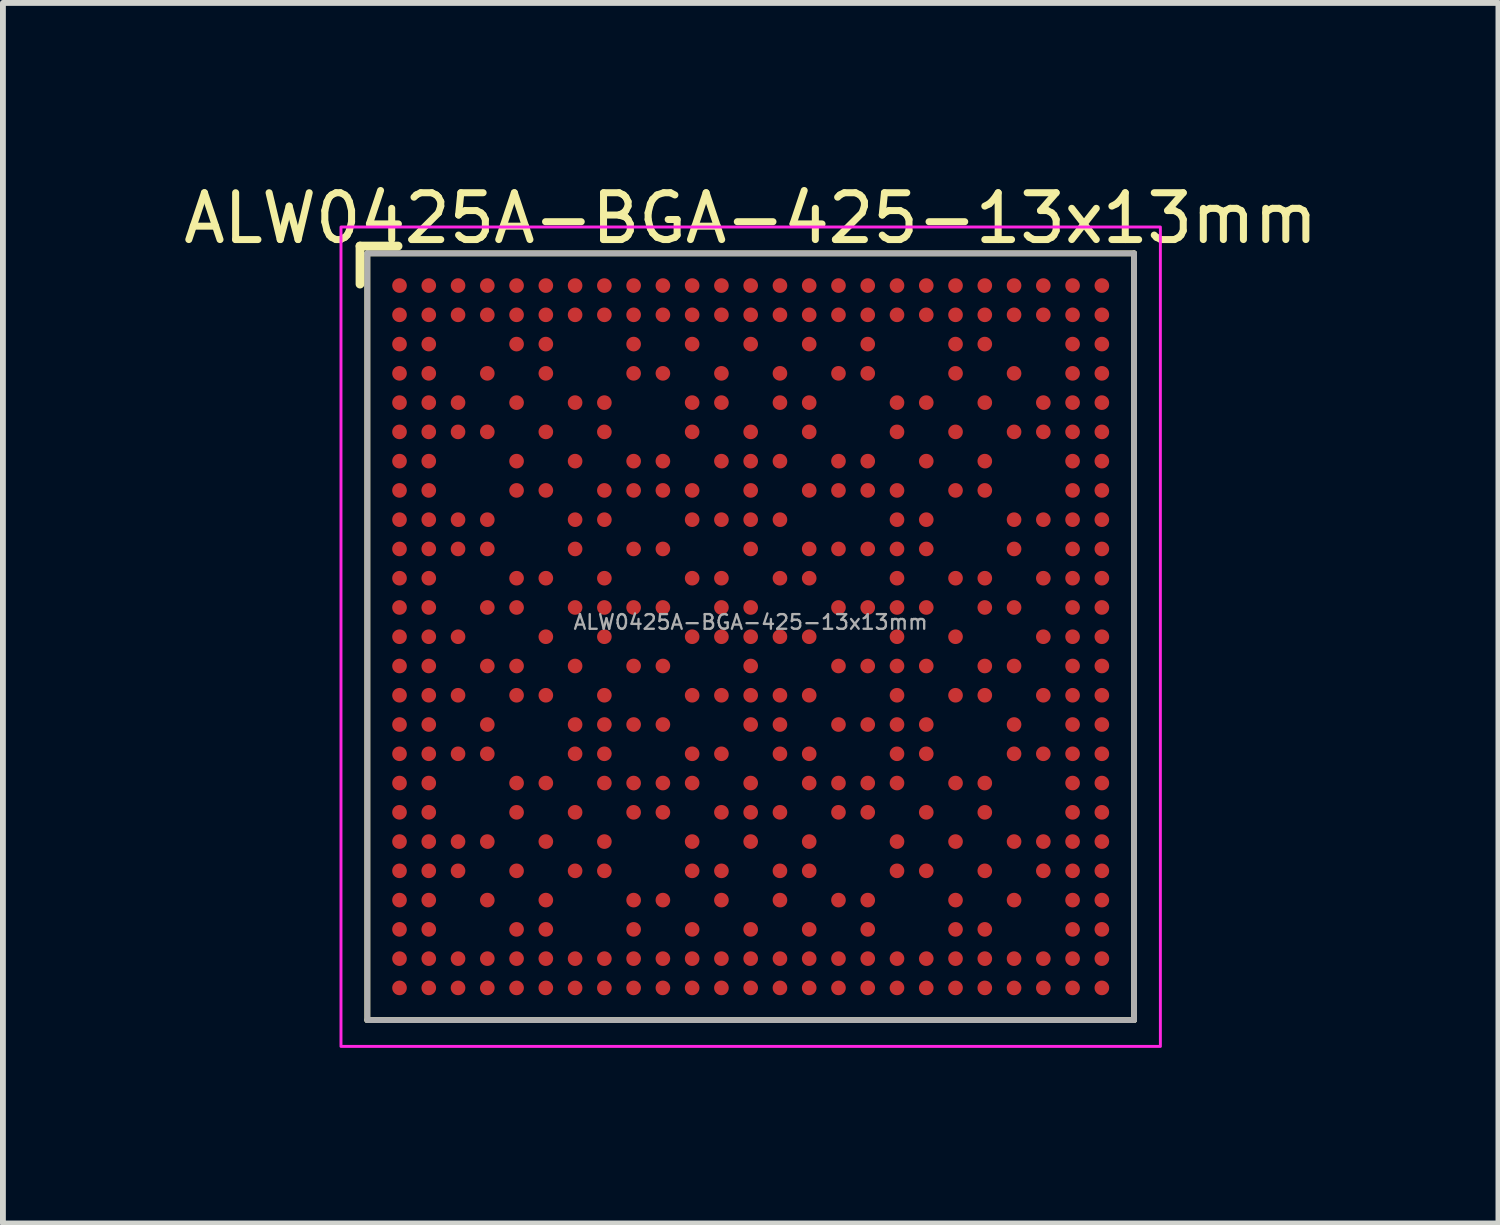
<source format=kicad_pcb>
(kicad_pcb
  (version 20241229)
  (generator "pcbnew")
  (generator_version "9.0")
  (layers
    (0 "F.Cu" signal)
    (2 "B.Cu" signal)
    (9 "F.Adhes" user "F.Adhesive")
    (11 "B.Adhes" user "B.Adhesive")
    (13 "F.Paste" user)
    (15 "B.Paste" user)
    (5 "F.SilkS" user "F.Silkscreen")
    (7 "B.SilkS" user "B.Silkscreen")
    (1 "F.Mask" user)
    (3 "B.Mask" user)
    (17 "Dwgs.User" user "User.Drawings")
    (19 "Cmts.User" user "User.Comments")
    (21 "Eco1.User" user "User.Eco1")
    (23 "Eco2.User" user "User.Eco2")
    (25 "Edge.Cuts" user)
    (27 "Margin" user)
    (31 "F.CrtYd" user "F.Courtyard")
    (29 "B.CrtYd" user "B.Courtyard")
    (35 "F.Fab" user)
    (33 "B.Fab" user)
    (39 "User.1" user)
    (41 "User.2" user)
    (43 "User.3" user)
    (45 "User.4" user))
  (footprint "ALW0425A-BGA-425-13x13mm"
    (layer "F.Cu")
    (at 9.776 7.829)
    (property "Reference" "ALW0425A-BGA-425-13x13mm" (at 0 -7.15 0) (unlocked yes) (layer "F.SilkS") (effects (font (size 0.8 0.8) (thickness 0.12))))
    (attr smd)
    (fp_line (start -6.675 -6.675) (end -6.025 -6.675) (stroke (width 0.15) (type solid)) (layer "F.SilkS"))
    (fp_line (start -6.675 -6.025) (end -6.675 -6.675) (stroke (width 0.15) (type solid)) (layer "F.SilkS"))
    (fp_line (start -6.55 -6.55) (end 6.55 -6.55) (stroke (width 0.1) (type solid)) (layer "F.SilkS"))
    (fp_line (start -6.55 6.55) (end -6.55 -6.55) (stroke (width 0.1) (type solid)) (layer "F.SilkS"))
    (fp_line (start -6.55 6.55) (end 6.55 6.55) (stroke (width 0.1) (type solid)) (layer "F.SilkS"))
    (fp_line (start 6.55 6.55) (end 6.55 -6.55) (stroke (width 0.1) (type solid)) (layer "F.SilkS"))
    (fp_rect (start -7 -7) (end 7 7) (stroke (width 0.05) (type default)) (fill no) (layer "F.CrtYd"))
    (fp_line (start -6.55 -6.55) (end 6.55 -6.55) (stroke (width 0.1) (type solid)) (layer "F.Fab"))
    (fp_line (start -6.55 6.55) (end -6.55 -6.55) (stroke (width 0.1) (type solid)) (layer "F.Fab"))
    (fp_line (start -6.55 6.55) (end 6.55 6.55) (stroke (width 0.1) (type solid)) (layer "F.Fab"))
    (fp_line (start 6.55 6.55) (end 6.55 -6.55) (stroke (width 0.1) (type solid)) (layer "F.Fab"))
    (fp_text user "${REFERENCE}" (at 0 -0.25 0) (unlocked yes) (layer "F.Fab") (effects (font (size 0.25 0.25) (thickness 0.04))))
    (pad "A1" smd circle (at -6 -6) (size 0.25 0.25) (layers "F.Cu" "F.Mask" "F.Paste"))
    (pad "A2" smd circle (at -5.5 -6) (size 0.25 0.25) (layers "F.Cu" "F.Mask" "F.Paste"))
    (pad "A3" smd circle (at -5 -6) (size 0.25 0.25) (layers "F.Cu" "F.Mask" "F.Paste"))
    (pad "A4" smd circle (at -4.5 -6) (size 0.25 0.25) (layers "F.Cu" "F.Mask" "F.Paste"))
    (pad "A5" smd circle (at -4 -6) (size 0.25 0.25) (layers "F.Cu" "F.Mask" "F.Paste"))
    (pad "A6" smd circle (at -3.5 -6) (size 0.25 0.25) (layers "F.Cu" "F.Mask" "F.Paste"))
    (pad "A7" smd circle (at -3 -6) (size 0.25 0.25) (layers "F.Cu" "F.Mask" "F.Paste"))
    (pad "A8" smd circle (at -2.5 -6) (size 0.25 0.25) (layers "F.Cu" "F.Mask" "F.Paste"))
    (pad "A9" smd circle (at -2 -6) (size 0.25 0.25) (layers "F.Cu" "F.Mask" "F.Paste"))
    (pad "A10" smd circle (at -1.5 -6) (size 0.25 0.25) (layers "F.Cu" "F.Mask" "F.Paste"))
    (pad "A11" smd circle (at -1 -6) (size 0.25 0.25) (layers "F.Cu" "F.Mask" "F.Paste"))
    (pad "A12" smd circle (at -0.5 -6) (size 0.25 0.25) (layers "F.Cu" "F.Mask" "F.Paste"))
    (pad "A13" smd circle (at 0 -6) (size 0.25 0.25) (layers "F.Cu" "F.Mask" "F.Paste"))
    (pad "A14" smd circle (at 0.5 -6) (size 0.25 0.25) (layers "F.Cu" "F.Mask" "F.Paste"))
    (pad "A15" smd circle (at 1 -6) (size 0.25 0.25) (layers "F.Cu" "F.Mask" "F.Paste"))
    (pad "A16" smd circle (at 1.5 -6) (size 0.25 0.25) (layers "F.Cu" "F.Mask" "F.Paste"))
    (pad "A17" smd circle (at 2 -6) (size 0.25 0.25) (layers "F.Cu" "F.Mask" "F.Paste"))
    (pad "A18" smd circle (at 2.5 -6) (size 0.25 0.25) (layers "F.Cu" "F.Mask" "F.Paste"))
    (pad "A19" smd circle (at 3 -6) (size 0.25 0.25) (layers "F.Cu" "F.Mask" "F.Paste"))
    (pad "A20" smd circle (at 3.5 -6) (size 0.25 0.25) (layers "F.Cu" "F.Mask" "F.Paste"))
    (pad "A21" smd circle (at 4 -6) (size 0.25 0.25) (layers "F.Cu" "F.Mask" "F.Paste"))
    (pad "A22" smd circle (at 4.5 -6) (size 0.25 0.25) (layers "F.Cu" "F.Mask" "F.Paste"))
    (pad "A23" smd circle (at 5 -6) (size 0.25 0.25) (layers "F.Cu" "F.Mask" "F.Paste"))
    (pad "A24" smd circle (at 5.5 -6) (size 0.25 0.25) (layers "F.Cu" "F.Mask" "F.Paste"))
    (pad "A25" smd circle (at 6 -6) (size 0.25 0.25) (layers "F.Cu" "F.Mask" "F.Paste"))
    (pad "AA1" smd circle (at -6 4) (size 0.25 0.25) (layers "F.Cu" "F.Mask" "F.Paste"))
    (pad "AA2" smd circle (at -5.5 4) (size 0.25 0.25) (layers "F.Cu" "F.Mask" "F.Paste"))
    (pad "AA3" smd circle (at -5 4) (size 0.25 0.25) (layers "F.Cu" "F.Mask" "F.Paste"))
    (pad "AA5" smd circle (at -4 4) (size 0.25 0.25) (layers "F.Cu" "F.Mask" "F.Paste"))
    (pad "AA7" smd circle (at -3 4) (size 0.25 0.25) (layers "F.Cu" "F.Mask" "F.Paste"))
    (pad "AA8" smd circle (at -2.5 4) (size 0.25 0.25) (layers "F.Cu" "F.Mask" "F.Paste"))
    (pad "AA11" smd circle (at -1 4) (size 0.25 0.25) (layers "F.Cu" "F.Mask" "F.Paste"))
    (pad "AA12" smd circle (at -0.5 4) (size 0.25 0.25) (layers "F.Cu" "F.Mask" "F.Paste"))
    (pad "AA14" smd circle (at 0.5 4) (size 0.25 0.25) (layers "F.Cu" "F.Mask" "F.Paste"))
    (pad "AA15" smd circle (at 1 4) (size 0.25 0.25) (layers "F.Cu" "F.Mask" "F.Paste"))
    (pad "AA18" smd circle (at 2.5 4) (size 0.25 0.25) (layers "F.Cu" "F.Mask" "F.Paste"))
    (pad "AA19" smd circle (at 3 4) (size 0.25 0.25) (layers "F.Cu" "F.Mask" "F.Paste"))
    (pad "AA21" smd circle (at 4 4) (size 0.25 0.25) (layers "F.Cu" "F.Mask" "F.Paste"))
    (pad "AA23" smd circle (at 5 4) (size 0.25 0.25) (layers "F.Cu" "F.Mask" "F.Paste"))
    (pad "AA24" smd circle (at 5.5 4) (size 0.25 0.25) (layers "F.Cu" "F.Mask" "F.Paste"))
    (pad "AA25" smd circle (at 6 4) (size 0.25 0.25) (layers "F.Cu" "F.Mask" "F.Paste"))
    (pad "AB1" smd circle (at -6 4.5) (size 0.25 0.25) (layers "F.Cu" "F.Mask" "F.Paste"))
    (pad "AB2" smd circle (at -5.5 4.5) (size 0.25 0.25) (layers "F.Cu" "F.Mask" "F.Paste"))
    (pad "AB4" smd circle (at -4.5 4.5) (size 0.25 0.25) (layers "F.Cu" "F.Mask" "F.Paste"))
    (pad "AB6" smd circle (at -3.5 4.5) (size 0.25 0.25) (layers "F.Cu" "F.Mask" "F.Paste"))
    (pad "AB9" smd circle (at -2 4.5) (size 0.25 0.25) (layers "F.Cu" "F.Mask" "F.Paste"))
    (pad "AB10" smd circle (at -1.5 4.5) (size 0.25 0.25) (layers "F.Cu" "F.Mask" "F.Paste"))
    (pad "AB12" smd circle (at -0.5 4.5) (size 0.25 0.25) (layers "F.Cu" "F.Mask" "F.Paste"))
    (pad "AB14" smd circle (at 0.5 4.5) (size 0.25 0.25) (layers "F.Cu" "F.Mask" "F.Paste"))
    (pad "AB16" smd circle (at 1.5 4.5) (size 0.25 0.25) (layers "F.Cu" "F.Mask" "F.Paste"))
    (pad "AB17" smd circle (at 2 4.5) (size 0.25 0.25) (layers "F.Cu" "F.Mask" "F.Paste"))
    (pad "AB20" smd circle (at 3.5 4.5) (size 0.25 0.25) (layers "F.Cu" "F.Mask" "F.Paste"))
    (pad "AB22" smd circle (at 4.5 4.5) (size 0.25 0.25) (layers "F.Cu" "F.Mask" "F.Paste"))
    (pad "AB24" smd circle (at 5.5 4.5) (size 0.25 0.25) (layers "F.Cu" "F.Mask" "F.Paste"))
    (pad "AB25" smd circle (at 6 4.5) (size 0.25 0.25) (layers "F.Cu" "F.Mask" "F.Paste"))
    (pad "AC1" smd circle (at -6 5) (size 0.25 0.25) (layers "F.Cu" "F.Mask" "F.Paste"))
    (pad "AC2" smd circle (at -5.5 5) (size 0.25 0.25) (layers "F.Cu" "F.Mask" "F.Paste"))
    (pad "AC5" smd circle (at -4 5) (size 0.25 0.25) (layers "F.Cu" "F.Mask" "F.Paste"))
    (pad "AC6" smd circle (at -3.5 5) (size 0.25 0.25) (layers "F.Cu" "F.Mask" "F.Paste"))
    (pad "AC9" smd circle (at -2 5) (size 0.25 0.25) (layers "F.Cu" "F.Mask" "F.Paste"))
    (pad "AC11" smd circle (at -1 5) (size 0.25 0.25) (layers "F.Cu" "F.Mask" "F.Paste"))
    (pad "AC13" smd circle (at 0 5) (size 0.25 0.25) (layers "F.Cu" "F.Mask" "F.Paste"))
    (pad "AC15" smd circle (at 1 5) (size 0.25 0.25) (layers "F.Cu" "F.Mask" "F.Paste"))
    (pad "AC17" smd circle (at 2 5) (size 0.25 0.25) (layers "F.Cu" "F.Mask" "F.Paste"))
    (pad "AC20" smd circle (at 3.5 5) (size 0.25 0.25) (layers "F.Cu" "F.Mask" "F.Paste"))
    (pad "AC21" smd circle (at 4 5) (size 0.25 0.25) (layers "F.Cu" "F.Mask" "F.Paste"))
    (pad "AC24" smd circle (at 5.5 5) (size 0.25 0.25) (layers "F.Cu" "F.Mask" "F.Paste"))
    (pad "AC25" smd circle (at 6 5) (size 0.25 0.25) (layers "F.Cu" "F.Mask" "F.Paste"))
    (pad "AD1" smd circle (at -6 5.5) (size 0.25 0.25) (layers "F.Cu" "F.Mask" "F.Paste"))
    (pad "AD2" smd circle (at -5.5 5.5) (size 0.25 0.25) (layers "F.Cu" "F.Mask" "F.Paste"))
    (pad "AD3" smd circle (at -5 5.5) (size 0.25 0.25) (layers "F.Cu" "F.Mask" "F.Paste"))
    (pad "AD4" smd circle (at -4.5 5.5) (size 0.25 0.25) (layers "F.Cu" "F.Mask" "F.Paste"))
    (pad "AD5" smd circle (at -4 5.5) (size 0.25 0.25) (layers "F.Cu" "F.Mask" "F.Paste"))
    (pad "AD6" smd circle (at -3.5 5.5) (size 0.25 0.25) (layers "F.Cu" "F.Mask" "F.Paste"))
    (pad "AD7" smd circle (at -3 5.5) (size 0.25 0.25) (layers "F.Cu" "F.Mask" "F.Paste"))
    (pad "AD8" smd circle (at -2.5 5.5) (size 0.25 0.25) (layers "F.Cu" "F.Mask" "F.Paste"))
    (pad "AD9" smd circle (at -2 5.5) (size 0.25 0.25) (layers "F.Cu" "F.Mask" "F.Paste"))
    (pad "AD10" smd circle (at -1.5 5.5) (size 0.25 0.25) (layers "F.Cu" "F.Mask" "F.Paste"))
    (pad "AD11" smd circle (at -1 5.5) (size 0.25 0.25) (layers "F.Cu" "F.Mask" "F.Paste"))
    (pad "AD12" smd circle (at -0.5 5.5) (size 0.25 0.25) (layers "F.Cu" "F.Mask" "F.Paste"))
    (pad "AD13" smd circle (at 0 5.5) (size 0.25 0.25) (layers "F.Cu" "F.Mask" "F.Paste"))
    (pad "AD14" smd circle (at 0.5 5.5) (size 0.25 0.25) (layers "F.Cu" "F.Mask" "F.Paste"))
    (pad "AD15" smd circle (at 1 5.5) (size 0.25 0.25) (layers "F.Cu" "F.Mask" "F.Paste"))
    (pad "AD16" smd circle (at 1.5 5.5) (size 0.25 0.25) (layers "F.Cu" "F.Mask" "F.Paste"))
    (pad "AD17" smd circle (at 2 5.5) (size 0.25 0.25) (layers "F.Cu" "F.Mask" "F.Paste"))
    (pad "AD18" smd circle (at 2.5 5.5) (size 0.25 0.25) (layers "F.Cu" "F.Mask" "F.Paste"))
    (pad "AD19" smd circle (at 3 5.5) (size 0.25 0.25) (layers "F.Cu" "F.Mask" "F.Paste"))
    (pad "AD20" smd circle (at 3.5 5.5) (size 0.25 0.25) (layers "F.Cu" "F.Mask" "F.Paste"))
    (pad "AD21" smd circle (at 4 5.5) (size 0.25 0.25) (layers "F.Cu" "F.Mask" "F.Paste"))
    (pad "AD22" smd circle (at 4.5 5.5) (size 0.25 0.25) (layers "F.Cu" "F.Mask" "F.Paste"))
    (pad "AD23" smd circle (at 5 5.5) (size 0.25 0.25) (layers "F.Cu" "F.Mask" "F.Paste"))
    (pad "AD24" smd circle (at 5.5 5.5) (size 0.25 0.25) (layers "F.Cu" "F.Mask" "F.Paste"))
    (pad "AD25" smd circle (at 6 5.5) (size 0.25 0.25) (layers "F.Cu" "F.Mask" "F.Paste"))
    (pad "AE1" smd circle (at -6 6) (size 0.25 0.25) (layers "F.Cu" "F.Mask" "F.Paste"))
    (pad "AE2" smd circle (at -5.5 6) (size 0.25 0.25) (layers "F.Cu" "F.Mask" "F.Paste"))
    (pad "AE3" smd circle (at -5 6) (size 0.25 0.25) (layers "F.Cu" "F.Mask" "F.Paste"))
    (pad "AE4" smd circle (at -4.5 6) (size 0.25 0.25) (layers "F.Cu" "F.Mask" "F.Paste"))
    (pad "AE5" smd circle (at -4 6) (size 0.25 0.25) (layers "F.Cu" "F.Mask" "F.Paste"))
    (pad "AE6" smd circle (at -3.5 6) (size 0.25 0.25) (layers "F.Cu" "F.Mask" "F.Paste"))
    (pad "AE7" smd circle (at -3 6) (size 0.25 0.25) (layers "F.Cu" "F.Mask" "F.Paste"))
    (pad "AE8" smd circle (at -2.5 6) (size 0.25 0.25) (layers "F.Cu" "F.Mask" "F.Paste"))
    (pad "AE9" smd circle (at -2 6) (size 0.25 0.25) (layers "F.Cu" "F.Mask" "F.Paste"))
    (pad "AE10" smd circle (at -1.5 6) (size 0.25 0.25) (layers "F.Cu" "F.Mask" "F.Paste"))
    (pad "AE11" smd circle (at -1 6) (size 0.25 0.25) (layers "F.Cu" "F.Mask" "F.Paste"))
    (pad "AE12" smd circle (at -0.5 6) (size 0.25 0.25) (layers "F.Cu" "F.Mask" "F.Paste"))
    (pad "AE13" smd circle (at 0 6) (size 0.25 0.25) (layers "F.Cu" "F.Mask" "F.Paste"))
    (pad "AE14" smd circle (at 0.5 6) (size 0.25 0.25) (layers "F.Cu" "F.Mask" "F.Paste"))
    (pad "AE15" smd circle (at 1 6) (size 0.25 0.25) (layers "F.Cu" "F.Mask" "F.Paste"))
    (pad "AE16" smd circle (at 1.5 6) (size 0.25 0.25) (layers "F.Cu" "F.Mask" "F.Paste"))
    (pad "AE17" smd circle (at 2 6) (size 0.25 0.25) (layers "F.Cu" "F.Mask" "F.Paste"))
    (pad "AE18" smd circle (at 2.5 6) (size 0.25 0.25) (layers "F.Cu" "F.Mask" "F.Paste"))
    (pad "AE19" smd circle (at 3 6) (size 0.25 0.25) (layers "F.Cu" "F.Mask" "F.Paste"))
    (pad "AE20" smd circle (at 3.5 6) (size 0.25 0.25) (layers "F.Cu" "F.Mask" "F.Paste"))
    (pad "AE21" smd circle (at 4 6) (size 0.25 0.25) (layers "F.Cu" "F.Mask" "F.Paste"))
    (pad "AE22" smd circle (at 4.5 6) (size 0.25 0.25) (layers "F.Cu" "F.Mask" "F.Paste"))
    (pad "AE23" smd circle (at 5 6) (size 0.25 0.25) (layers "F.Cu" "F.Mask" "F.Paste"))
    (pad "AE24" smd circle (at 5.5 6) (size 0.25 0.25) (layers "F.Cu" "F.Mask" "F.Paste"))
    (pad "AE25" smd circle (at 6 6) (size 0.25 0.25) (layers "F.Cu" "F.Mask" "F.Paste"))
    (pad "B1" smd circle (at -6 -5.5) (size 0.25 0.25) (layers "F.Cu" "F.Mask" "F.Paste"))
    (pad "B2" smd circle (at -5.5 -5.5) (size 0.25 0.25) (layers "F.Cu" "F.Mask" "F.Paste"))
    (pad "B3" smd circle (at -5 -5.5) (size 0.25 0.25) (layers "F.Cu" "F.Mask" "F.Paste"))
    (pad "B4" smd circle (at -4.5 -5.5) (size 0.25 0.25) (layers "F.Cu" "F.Mask" "F.Paste"))
    (pad "B5" smd circle (at -4 -5.5) (size 0.25 0.25) (layers "F.Cu" "F.Mask" "F.Paste"))
    (pad "B6" smd circle (at -3.5 -5.5) (size 0.25 0.25) (layers "F.Cu" "F.Mask" "F.Paste"))
    (pad "B7" smd circle (at -3 -5.5) (size 0.25 0.25) (layers "F.Cu" "F.Mask" "F.Paste"))
    (pad "B8" smd circle (at -2.5 -5.5) (size 0.25 0.25) (layers "F.Cu" "F.Mask" "F.Paste"))
    (pad "B9" smd circle (at -2 -5.5) (size 0.25 0.25) (layers "F.Cu" "F.Mask" "F.Paste"))
    (pad "B10" smd circle (at -1.5 -5.5) (size 0.25 0.25) (layers "F.Cu" "F.Mask" "F.Paste"))
    (pad "B11" smd circle (at -1 -5.5) (size 0.25 0.25) (layers "F.Cu" "F.Mask" "F.Paste"))
    (pad "B12" smd circle (at -0.5 -5.5) (size 0.25 0.25) (layers "F.Cu" "F.Mask" "F.Paste"))
    (pad "B13" smd circle (at 0 -5.5) (size 0.25 0.25) (layers "F.Cu" "F.Mask" "F.Paste"))
    (pad "B14" smd circle (at 0.5 -5.5) (size 0.25 0.25) (layers "F.Cu" "F.Mask" "F.Paste"))
    (pad "B15" smd circle (at 1 -5.5) (size 0.25 0.25) (layers "F.Cu" "F.Mask" "F.Paste"))
    (pad "B16" smd circle (at 1.5 -5.5) (size 0.25 0.25) (layers "F.Cu" "F.Mask" "F.Paste"))
    (pad "B17" smd circle (at 2 -5.5) (size 0.25 0.25) (layers "F.Cu" "F.Mask" "F.Paste"))
    (pad "B18" smd circle (at 2.5 -5.5) (size 0.25 0.25) (layers "F.Cu" "F.Mask" "F.Paste"))
    (pad "B19" smd circle (at 3 -5.5) (size 0.25 0.25) (layers "F.Cu" "F.Mask" "F.Paste"))
    (pad "B20" smd circle (at 3.5 -5.5) (size 0.25 0.25) (layers "F.Cu" "F.Mask" "F.Paste"))
    (pad "B21" smd circle (at 4 -5.5) (size 0.25 0.25) (layers "F.Cu" "F.Mask" "F.Paste"))
    (pad "B22" smd circle (at 4.5 -5.5) (size 0.25 0.25) (layers "F.Cu" "F.Mask" "F.Paste"))
    (pad "B23" smd circle (at 5 -5.5) (size 0.25 0.25) (layers "F.Cu" "F.Mask" "F.Paste"))
    (pad "B24" smd circle (at 5.5 -5.5) (size 0.25 0.25) (layers "F.Cu" "F.Mask" "F.Paste"))
    (pad "B25" smd circle (at 6 -5.5) (size 0.25 0.25) (layers "F.Cu" "F.Mask" "F.Paste"))
    (pad "C1" smd circle (at -6 -5) (size 0.25 0.25) (layers "F.Cu" "F.Mask" "F.Paste"))
    (pad "C2" smd circle (at -5.5 -5) (size 0.25 0.25) (layers "F.Cu" "F.Mask" "F.Paste"))
    (pad "C5" smd circle (at -4 -5) (size 0.25 0.25) (layers "F.Cu" "F.Mask" "F.Paste"))
    (pad "C6" smd circle (at -3.5 -5) (size 0.25 0.25) (layers "F.Cu" "F.Mask" "F.Paste"))
    (pad "C9" smd circle (at -2 -5) (size 0.25 0.25) (layers "F.Cu" "F.Mask" "F.Paste"))
    (pad "C11" smd circle (at -1 -5) (size 0.25 0.25) (layers "F.Cu" "F.Mask" "F.Paste"))
    (pad "C13" smd circle (at 0 -5) (size 0.25 0.25) (layers "F.Cu" "F.Mask" "F.Paste"))
    (pad "C15" smd circle (at 1 -5) (size 0.25 0.25) (layers "F.Cu" "F.Mask" "F.Paste"))
    (pad "C17" smd circle (at 2 -5) (size 0.25 0.25) (layers "F.Cu" "F.Mask" "F.Paste"))
    (pad "C20" smd circle (at 3.5 -5) (size 0.25 0.25) (layers "F.Cu" "F.Mask" "F.Paste"))
    (pad "C21" smd circle (at 4 -5) (size 0.25 0.25) (layers "F.Cu" "F.Mask" "F.Paste"))
    (pad "C24" smd circle (at 5.5 -5) (size 0.25 0.25) (layers "F.Cu" "F.Mask" "F.Paste"))
    (pad "C25" smd circle (at 6 -5) (size 0.25 0.25) (layers "F.Cu" "F.Mask" "F.Paste"))
    (pad "D1" smd circle (at -6 -4.5) (size 0.25 0.25) (layers "F.Cu" "F.Mask" "F.Paste"))
    (pad "D2" smd circle (at -5.5 -4.5) (size 0.25 0.25) (layers "F.Cu" "F.Mask" "F.Paste"))
    (pad "D4" smd circle (at -4.5 -4.5) (size 0.25 0.25) (layers "F.Cu" "F.Mask" "F.Paste"))
    (pad "D6" smd circle (at -3.5 -4.5) (size 0.25 0.25) (layers "F.Cu" "F.Mask" "F.Paste"))
    (pad "D9" smd circle (at -2 -4.5) (size 0.25 0.25) (layers "F.Cu" "F.Mask" "F.Paste"))
    (pad "D10" smd circle (at -1.5 -4.5) (size 0.25 0.25) (layers "F.Cu" "F.Mask" "F.Paste"))
    (pad "D12" smd circle (at -0.5 -4.5) (size 0.25 0.25) (layers "F.Cu" "F.Mask" "F.Paste"))
    (pad "D14" smd circle (at 0.5 -4.5) (size 0.25 0.25) (layers "F.Cu" "F.Mask" "F.Paste"))
    (pad "D16" smd circle (at 1.5 -4.5) (size 0.25 0.25) (layers "F.Cu" "F.Mask" "F.Paste"))
    (pad "D17" smd circle (at 2 -4.5) (size 0.25 0.25) (layers "F.Cu" "F.Mask" "F.Paste"))
    (pad "D20" smd circle (at 3.5 -4.5) (size 0.25 0.25) (layers "F.Cu" "F.Mask" "F.Paste"))
    (pad "D22" smd circle (at 4.5 -4.5) (size 0.25 0.25) (layers "F.Cu" "F.Mask" "F.Paste"))
    (pad "D24" smd circle (at 5.5 -4.5) (size 0.25 0.25) (layers "F.Cu" "F.Mask" "F.Paste"))
    (pad "D25" smd circle (at 6 -4.5) (size 0.25 0.25) (layers "F.Cu" "F.Mask" "F.Paste"))
    (pad "E1" smd circle (at -6 -4) (size 0.25 0.25) (layers "F.Cu" "F.Mask" "F.Paste"))
    (pad "E2" smd circle (at -5.5 -4) (size 0.25 0.25) (layers "F.Cu" "F.Mask" "F.Paste"))
    (pad "E3" smd circle (at -5 -4) (size 0.25 0.25) (layers "F.Cu" "F.Mask" "F.Paste"))
    (pad "E5" smd circle (at -4 -4) (size 0.25 0.25) (layers "F.Cu" "F.Mask" "F.Paste"))
    (pad "E7" smd circle (at -3 -4) (size 0.25 0.25) (layers "F.Cu" "F.Mask" "F.Paste"))
    (pad "E8" smd circle (at -2.5 -4) (size 0.25 0.25) (layers "F.Cu" "F.Mask" "F.Paste"))
    (pad "E11" smd circle (at -1 -4) (size 0.25 0.25) (layers "F.Cu" "F.Mask" "F.Paste"))
    (pad "E12" smd circle (at -0.5 -4) (size 0.25 0.25) (layers "F.Cu" "F.Mask" "F.Paste"))
    (pad "E14" smd circle (at 0.5 -4) (size 0.25 0.25) (layers "F.Cu" "F.Mask" "F.Paste"))
    (pad "E15" smd circle (at 1 -4) (size 0.25 0.25) (layers "F.Cu" "F.Mask" "F.Paste"))
    (pad "E18" smd circle (at 2.5 -4) (size 0.25 0.25) (layers "F.Cu" "F.Mask" "F.Paste"))
    (pad "E19" smd circle (at 3 -4) (size 0.25 0.25) (layers "F.Cu" "F.Mask" "F.Paste"))
    (pad "E21" smd circle (at 4 -4) (size 0.25 0.25) (layers "F.Cu" "F.Mask" "F.Paste"))
    (pad "E23" smd circle (at 5 -4) (size 0.25 0.25) (layers "F.Cu" "F.Mask" "F.Paste"))
    (pad "E24" smd circle (at 5.5 -4) (size 0.25 0.25) (layers "F.Cu" "F.Mask" "F.Paste"))
    (pad "E25" smd circle (at 6 -4) (size 0.25 0.25) (layers "F.Cu" "F.Mask" "F.Paste"))
    (pad "F1" smd circle (at -6 -3.5) (size 0.25 0.25) (layers "F.Cu" "F.Mask" "F.Paste"))
    (pad "F2" smd circle (at -5.5 -3.5) (size 0.25 0.25) (layers "F.Cu" "F.Mask" "F.Paste"))
    (pad "F3" smd circle (at -5 -3.5) (size 0.25 0.25) (layers "F.Cu" "F.Mask" "F.Paste"))
    (pad "F4" smd circle (at -4.5 -3.5) (size 0.25 0.25) (layers "F.Cu" "F.Mask" "F.Paste"))
    (pad "F6" smd circle (at -3.5 -3.5) (size 0.25 0.25) (layers "F.Cu" "F.Mask" "F.Paste"))
    (pad "F8" smd circle (at -2.5 -3.5) (size 0.25 0.25) (layers "F.Cu" "F.Mask" "F.Paste"))
    (pad "F11" smd circle (at -1 -3.5) (size 0.25 0.25) (layers "F.Cu" "F.Mask" "F.Paste"))
    (pad "F13" smd circle (at 0 -3.5) (size 0.25 0.25) (layers "F.Cu" "F.Mask" "F.Paste"))
    (pad "F15" smd circle (at 1 -3.5) (size 0.25 0.25) (layers "F.Cu" "F.Mask" "F.Paste"))
    (pad "F18" smd circle (at 2.5 -3.5) (size 0.25 0.25) (layers "F.Cu" "F.Mask" "F.Paste"))
    (pad "F20" smd circle (at 3.5 -3.5) (size 0.25 0.25) (layers "F.Cu" "F.Mask" "F.Paste"))
    (pad "F22" smd circle (at 4.5 -3.5) (size 0.25 0.25) (layers "F.Cu" "F.Mask" "F.Paste"))
    (pad "F23" smd circle (at 5 -3.5) (size 0.25 0.25) (layers "F.Cu" "F.Mask" "F.Paste"))
    (pad "F24" smd circle (at 5.5 -3.5) (size 0.25 0.25) (layers "F.Cu" "F.Mask" "F.Paste"))
    (pad "F25" smd circle (at 6 -3.5) (size 0.25 0.25) (layers "F.Cu" "F.Mask" "F.Paste"))
    (pad "G1" smd circle (at -6 -3) (size 0.25 0.25) (layers "F.Cu" "F.Mask" "F.Paste"))
    (pad "G2" smd circle (at -5.5 -3) (size 0.25 0.25) (layers "F.Cu" "F.Mask" "F.Paste"))
    (pad "G5" smd circle (at -4 -3) (size 0.25 0.25) (layers "F.Cu" "F.Mask" "F.Paste"))
    (pad "G7" smd circle (at -3 -3) (size 0.25 0.25) (layers "F.Cu" "F.Mask" "F.Paste"))
    (pad "G9" smd circle (at -2 -3) (size 0.25 0.25) (layers "F.Cu" "F.Mask" "F.Paste"))
    (pad "G10" smd circle (at -1.5 -3) (size 0.25 0.25) (layers "F.Cu" "F.Mask" "F.Paste"))
    (pad "G12" smd circle (at -0.5 -3) (size 0.25 0.25) (layers "F.Cu" "F.Mask" "F.Paste"))
    (pad "G13" smd circle (at 0 -3) (size 0.25 0.25) (layers "F.Cu" "F.Mask" "F.Paste"))
    (pad "G14" smd circle (at 0.5 -3) (size 0.25 0.25) (layers "F.Cu" "F.Mask" "F.Paste"))
    (pad "G16" smd circle (at 1.5 -3) (size 0.25 0.25) (layers "F.Cu" "F.Mask" "F.Paste"))
    (pad "G17" smd circle (at 2 -3) (size 0.25 0.25) (layers "F.Cu" "F.Mask" "F.Paste"))
    (pad "G19" smd circle (at 3 -3) (size 0.25 0.25) (layers "F.Cu" "F.Mask" "F.Paste"))
    (pad "G21" smd circle (at 4 -3) (size 0.25 0.25) (layers "F.Cu" "F.Mask" "F.Paste"))
    (pad "G24" smd circle (at 5.5 -3) (size 0.25 0.25) (layers "F.Cu" "F.Mask" "F.Paste"))
    (pad "G25" smd circle (at 6 -3) (size 0.25 0.25) (layers "F.Cu" "F.Mask" "F.Paste"))
    (pad "H1" smd circle (at -6 -2.5) (size 0.25 0.25) (layers "F.Cu" "F.Mask" "F.Paste"))
    (pad "H2" smd circle (at -5.5 -2.5) (size 0.25 0.25) (layers "F.Cu" "F.Mask" "F.Paste"))
    (pad "H5" smd circle (at -4 -2.5) (size 0.25 0.25) (layers "F.Cu" "F.Mask" "F.Paste"))
    (pad "H6" smd circle (at -3.5 -2.5) (size 0.25 0.25) (layers "F.Cu" "F.Mask" "F.Paste"))
    (pad "H8" smd circle (at -2.5 -2.5) (size 0.25 0.25) (layers "F.Cu" "F.Mask" "F.Paste"))
    (pad "H9" smd circle (at -2 -2.5) (size 0.25 0.25) (layers "F.Cu" "F.Mask" "F.Paste"))
    (pad "H10" smd circle (at -1.5 -2.5) (size 0.25 0.25) (layers "F.Cu" "F.Mask" "F.Paste"))
    (pad "H11" smd circle (at -1 -2.5) (size 0.25 0.25) (layers "F.Cu" "F.Mask" "F.Paste"))
    (pad "H13" smd circle (at 0 -2.5) (size 0.25 0.25) (layers "F.Cu" "F.Mask" "F.Paste"))
    (pad "H15" smd circle (at 1 -2.5) (size 0.25 0.25) (layers "F.Cu" "F.Mask" "F.Paste"))
    (pad "H16" smd circle (at 1.5 -2.5) (size 0.25 0.25) (layers "F.Cu" "F.Mask" "F.Paste"))
    (pad "H17" smd circle (at 2 -2.5) (size 0.25 0.25) (layers "F.Cu" "F.Mask" "F.Paste"))
    (pad "H18" smd circle (at 2.5 -2.5) (size 0.25 0.25) (layers "F.Cu" "F.Mask" "F.Paste"))
    (pad "H20" smd circle (at 3.5 -2.5) (size 0.25 0.25) (layers "F.Cu" "F.Mask" "F.Paste"))
    (pad "H21" smd circle (at 4 -2.5) (size 0.25 0.25) (layers "F.Cu" "F.Mask" "F.Paste"))
    (pad "H24" smd circle (at 5.5 -2.5) (size 0.25 0.25) (layers "F.Cu" "F.Mask" "F.Paste"))
    (pad "H25" smd circle (at 6 -2.5) (size 0.25 0.25) (layers "F.Cu" "F.Mask" "F.Paste"))
    (pad "J1" smd circle (at -6 -2) (size 0.25 0.25) (layers "F.Cu" "F.Mask" "F.Paste"))
    (pad "J2" smd circle (at -5.5 -2) (size 0.25 0.25) (layers "F.Cu" "F.Mask" "F.Paste"))
    (pad "J3" smd circle (at -5 -2) (size 0.25 0.25) (layers "F.Cu" "F.Mask" "F.Paste"))
    (pad "J4" smd circle (at -4.5 -2) (size 0.25 0.25) (layers "F.Cu" "F.Mask" "F.Paste"))
    (pad "J7" smd circle (at -3 -2) (size 0.25 0.25) (layers "F.Cu" "F.Mask" "F.Paste"))
    (pad "J8" smd circle (at -2.5 -2) (size 0.25 0.25) (layers "F.Cu" "F.Mask" "F.Paste"))
    (pad "J11" smd circle (at -1 -2) (size 0.25 0.25) (layers "F.Cu" "F.Mask" "F.Paste"))
    (pad "J12" smd circle (at -0.5 -2) (size 0.25 0.25) (layers "F.Cu" "F.Mask" "F.Paste"))
    (pad "J13" smd circle (at 0 -2) (size 0.25 0.25) (layers "F.Cu" "F.Mask" "F.Paste"))
    (pad "J14" smd circle (at 0.5 -2) (size 0.25 0.25) (layers "F.Cu" "F.Mask" "F.Paste"))
    (pad "J18" smd circle (at 2.5 -2) (size 0.25 0.25) (layers "F.Cu" "F.Mask" "F.Paste"))
    (pad "J19" smd circle (at 3 -2) (size 0.25 0.25) (layers "F.Cu" "F.Mask" "F.Paste"))
    (pad "J22" smd circle (at 4.5 -2) (size 0.25 0.25) (layers "F.Cu" "F.Mask" "F.Paste"))
    (pad "J23" smd circle (at 5 -2) (size 0.25 0.25) (layers "F.Cu" "F.Mask" "F.Paste"))
    (pad "J24" smd circle (at 5.5 -2) (size 0.25 0.25) (layers "F.Cu" "F.Mask" "F.Paste"))
    (pad "J25" smd circle (at 6 -2) (size 0.25 0.25) (layers "F.Cu" "F.Mask" "F.Paste"))
    (pad "K1" smd circle (at -6 -1.5) (size 0.25 0.25) (layers "F.Cu" "F.Mask" "F.Paste"))
    (pad "K2" smd circle (at -5.5 -1.5) (size 0.25 0.25) (layers "F.Cu" "F.Mask" "F.Paste"))
    (pad "K3" smd circle (at -5 -1.5) (size 0.25 0.25) (layers "F.Cu" "F.Mask" "F.Paste"))
    (pad "K4" smd circle (at -4.5 -1.5) (size 0.25 0.25) (layers "F.Cu" "F.Mask" "F.Paste"))
    (pad "K7" smd circle (at -3 -1.5) (size 0.25 0.25) (layers "F.Cu" "F.Mask" "F.Paste"))
    (pad "K9" smd circle (at -2 -1.5) (size 0.25 0.25) (layers "F.Cu" "F.Mask" "F.Paste"))
    (pad "K10" smd circle (at -1.5 -1.5) (size 0.25 0.25) (layers "F.Cu" "F.Mask" "F.Paste"))
    (pad "K13" smd circle (at 0 -1.5) (size 0.25 0.25) (layers "F.Cu" "F.Mask" "F.Paste"))
    (pad "K15" smd circle (at 1 -1.5) (size 0.25 0.25) (layers "F.Cu" "F.Mask" "F.Paste"))
    (pad "K16" smd circle (at 1.5 -1.5) (size 0.25 0.25) (layers "F.Cu" "F.Mask" "F.Paste"))
    (pad "K17" smd circle (at 2 -1.5) (size 0.25 0.25) (layers "F.Cu" "F.Mask" "F.Paste"))
    (pad "K18" smd circle (at 2.5 -1.5) (size 0.25 0.25) (layers "F.Cu" "F.Mask" "F.Paste"))
    (pad "K19" smd circle (at 3 -1.5) (size 0.25 0.25) (layers "F.Cu" "F.Mask" "F.Paste"))
    (pad "K22" smd circle (at 4.5 -1.5) (size 0.25 0.25) (layers "F.Cu" "F.Mask" "F.Paste"))
    (pad "K24" smd circle (at 5.5 -1.5) (size 0.25 0.25) (layers "F.Cu" "F.Mask" "F.Paste"))
    (pad "K25" smd circle (at 6 -1.5) (size 0.25 0.25) (layers "F.Cu" "F.Mask" "F.Paste"))
    (pad "L1" smd circle (at -6 -1) (size 0.25 0.25) (layers "F.Cu" "F.Mask" "F.Paste"))
    (pad "L2" smd circle (at -5.5 -1) (size 0.25 0.25) (layers "F.Cu" "F.Mask" "F.Paste"))
    (pad "L5" smd circle (at -4 -1) (size 0.25 0.25) (layers "F.Cu" "F.Mask" "F.Paste"))
    (pad "L6" smd circle (at -3.5 -1) (size 0.25 0.25) (layers "F.Cu" "F.Mask" "F.Paste"))
    (pad "L8" smd circle (at -2.5 -1) (size 0.25 0.25) (layers "F.Cu" "F.Mask" "F.Paste"))
    (pad "L11" smd circle (at -1 -1) (size 0.25 0.25) (layers "F.Cu" "F.Mask" "F.Paste"))
    (pad "L12" smd circle (at -0.5 -1) (size 0.25 0.25) (layers "F.Cu" "F.Mask" "F.Paste"))
    (pad "L14" smd circle (at 0.5 -1) (size 0.25 0.25) (layers "F.Cu" "F.Mask" "F.Paste"))
    (pad "L15" smd circle (at 1 -1) (size 0.25 0.25) (layers "F.Cu" "F.Mask" "F.Paste"))
    (pad "L18" smd circle (at 2.5 -1) (size 0.25 0.25) (layers "F.Cu" "F.Mask" "F.Paste"))
    (pad "L20" smd circle (at 3.5 -1) (size 0.25 0.25) (layers "F.Cu" "F.Mask" "F.Paste"))
    (pad "L21" smd circle (at 4 -1) (size 0.25 0.25) (layers "F.Cu" "F.Mask" "F.Paste"))
    (pad "L23" smd circle (at 5 -1) (size 0.25 0.25) (layers "F.Cu" "F.Mask" "F.Paste"))
    (pad "L24" smd circle (at 5.5 -1) (size 0.25 0.25) (layers "F.Cu" "F.Mask" "F.Paste"))
    (pad "L25" smd circle (at 6 -1) (size 0.25 0.25) (layers "F.Cu" "F.Mask" "F.Paste"))
    (pad "M1" smd circle (at -6 -0.5) (size 0.25 0.25) (layers "F.Cu" "F.Mask" "F.Paste"))
    (pad "M2" smd circle (at -5.5 -0.5) (size 0.25 0.25) (layers "F.Cu" "F.Mask" "F.Paste"))
    (pad "M4" smd circle (at -4.5 -0.5) (size 0.25 0.25) (layers "F.Cu" "F.Mask" "F.Paste"))
    (pad "M5" smd circle (at -4 -0.5) (size 0.25 0.25) (layers "F.Cu" "F.Mask" "F.Paste"))
    (pad "M7" smd circle (at -3 -0.5) (size 0.25 0.25) (layers "F.Cu" "F.Mask" "F.Paste"))
    (pad "M8" smd circle (at -2.5 -0.5) (size 0.25 0.25) (layers "F.Cu" "F.Mask" "F.Paste"))
    (pad "M9" smd circle (at -2 -0.5) (size 0.25 0.25) (layers "F.Cu" "F.Mask" "F.Paste"))
    (pad "M10" smd circle (at -1.5 -0.5) (size 0.25 0.25) (layers "F.Cu" "F.Mask" "F.Paste"))
    (pad "M12" smd circle (at -0.5 -0.5) (size 0.25 0.25) (layers "F.Cu" "F.Mask" "F.Paste"))
    (pad "M13" smd circle (at 0 -0.5) (size 0.25 0.25) (layers "F.Cu" "F.Mask" "F.Paste"))
    (pad "M16" smd circle (at 1.5 -0.5) (size 0.25 0.25) (layers "F.Cu" "F.Mask" "F.Paste"))
    (pad "M17" smd circle (at 2 -0.5) (size 0.25 0.25) (layers "F.Cu" "F.Mask" "F.Paste"))
    (pad "M18" smd circle (at 2.5 -0.5) (size 0.25 0.25) (layers "F.Cu" "F.Mask" "F.Paste"))
    (pad "M19" smd circle (at 3 -0.5) (size 0.25 0.25) (layers "F.Cu" "F.Mask" "F.Paste"))
    (pad "M21" smd circle (at 4 -0.5) (size 0.25 0.25) (layers "F.Cu" "F.Mask" "F.Paste"))
    (pad "M22" smd circle (at 4.5 -0.5) (size 0.25 0.25) (layers "F.Cu" "F.Mask" "F.Paste"))
    (pad "M24" smd circle (at 5.5 -0.5) (size 0.25 0.25) (layers "F.Cu" "F.Mask" "F.Paste"))
    (pad "M25" smd circle (at 6 -0.5) (size 0.25 0.25) (layers "F.Cu" "F.Mask" "F.Paste"))
    (pad "N1" smd circle (at -6 0) (size 0.25 0.25) (layers "F.Cu" "F.Mask" "F.Paste"))
    (pad "N2" smd circle (at -5.5 0) (size 0.25 0.25) (layers "F.Cu" "F.Mask" "F.Paste"))
    (pad "N3" smd circle (at -5 0) (size 0.25 0.25) (layers "F.Cu" "F.Mask" "F.Paste"))
    (pad "N6" smd circle (at -3.5 0) (size 0.25 0.25) (layers "F.Cu" "F.Mask" "F.Paste"))
    (pad "N8" smd circle (at -2.5 0) (size 0.25 0.25) (layers "F.Cu" "F.Mask" "F.Paste"))
    (pad "N11" smd circle (at -1 0) (size 0.25 0.25) (layers "F.Cu" "F.Mask" "F.Paste"))
    (pad "N12" smd circle (at -0.5 0) (size 0.25 0.25) (layers "F.Cu" "F.Mask" "F.Paste"))
    (pad "N13" smd circle (at 0 0) (size 0.25 0.25) (layers "F.Cu" "F.Mask" "F.Paste"))
    (pad "N14" smd circle (at 0.5 0) (size 0.25 0.25) (layers "F.Cu" "F.Mask" "F.Paste"))
    (pad "N15" smd circle (at 1 0) (size 0.25 0.25) (layers "F.Cu" "F.Mask" "F.Paste"))
    (pad "N18" smd circle (at 2.5 0) (size 0.25 0.25) (layers "F.Cu" "F.Mask" "F.Paste"))
    (pad "N20" smd circle (at 3.5 0) (size 0.25 0.25) (layers "F.Cu" "F.Mask" "F.Paste"))
    (pad "N23" smd circle (at 5 0) (size 0.25 0.25) (layers "F.Cu" "F.Mask" "F.Paste"))
    (pad "N24" smd circle (at 5.5 0) (size 0.25 0.25) (layers "F.Cu" "F.Mask" "F.Paste"))
    (pad "N25" smd circle (at 6 0) (size 0.25 0.25) (layers "F.Cu" "F.Mask" "F.Paste"))
    (pad "P1" smd circle (at -6 0.5) (size 0.25 0.25) (layers "F.Cu" "F.Mask" "F.Paste"))
    (pad "P2" smd circle (at -5.5 0.5) (size 0.25 0.25) (layers "F.Cu" "F.Mask" "F.Paste"))
    (pad "P4" smd circle (at -4.5 0.5) (size 0.25 0.25) (layers "F.Cu" "F.Mask" "F.Paste"))
    (pad "P5" smd circle (at -4 0.5) (size 0.25 0.25) (layers "F.Cu" "F.Mask" "F.Paste"))
    (pad "P7" smd circle (at -3 0.5) (size 0.25 0.25) (layers "F.Cu" "F.Mask" "F.Paste"))
    (pad "P9" smd circle (at -2 0.5) (size 0.25 0.25) (layers "F.Cu" "F.Mask" "F.Paste"))
    (pad "P10" smd circle (at -1.5 0.5) (size 0.25 0.25) (layers "F.Cu" "F.Mask" "F.Paste"))
    (pad "P13" smd circle (at 0 0.5) (size 0.25 0.25) (layers "F.Cu" "F.Mask" "F.Paste"))
    (pad "P16" smd circle (at 1.5 0.5) (size 0.25 0.25) (layers "F.Cu" "F.Mask" "F.Paste"))
    (pad "P17" smd circle (at 2 0.5) (size 0.25 0.25) (layers "F.Cu" "F.Mask" "F.Paste"))
    (pad "P18" smd circle (at 2.5 0.5) (size 0.25 0.25) (layers "F.Cu" "F.Mask" "F.Paste"))
    (pad "P19" smd circle (at 3 0.5) (size 0.25 0.25) (layers "F.Cu" "F.Mask" "F.Paste"))
    (pad "P21" smd circle (at 4 0.5) (size 0.25 0.25) (layers "F.Cu" "F.Mask" "F.Paste"))
    (pad "P22" smd circle (at 4.5 0.5) (size 0.25 0.25) (layers "F.Cu" "F.Mask" "F.Paste"))
    (pad "P24" smd circle (at 5.5 0.5) (size 0.25 0.25) (layers "F.Cu" "F.Mask" "F.Paste"))
    (pad "P25" smd circle (at 6 0.5) (size 0.25 0.25) (layers "F.Cu" "F.Mask" "F.Paste"))
    (pad "R1" smd circle (at -6 1) (size 0.25 0.25) (layers "F.Cu" "F.Mask" "F.Paste"))
    (pad "R2" smd circle (at -5.5 1) (size 0.25 0.25) (layers "F.Cu" "F.Mask" "F.Paste"))
    (pad "R3" smd circle (at -5 1) (size 0.25 0.25) (layers "F.Cu" "F.Mask" "F.Paste"))
    (pad "R5" smd circle (at -4 1) (size 0.25 0.25) (layers "F.Cu" "F.Mask" "F.Paste"))
    (pad "R6" smd circle (at -3.5 1) (size 0.25 0.25) (layers "F.Cu" "F.Mask" "F.Paste"))
    (pad "R8" smd circle (at -2.5 1) (size 0.25 0.25) (layers "F.Cu" "F.Mask" "F.Paste"))
    (pad "R11" smd circle (at -1 1) (size 0.25 0.25) (layers "F.Cu" "F.Mask" "F.Paste"))
    (pad "R12" smd circle (at -0.5 1) (size 0.25 0.25) (layers "F.Cu" "F.Mask" "F.Paste"))
    (pad "R13" smd circle (at 0 1) (size 0.25 0.25) (layers "F.Cu" "F.Mask" "F.Paste"))
    (pad "R14" smd circle (at 0.5 1) (size 0.25 0.25) (layers "F.Cu" "F.Mask" "F.Paste"))
    (pad "R15" smd circle (at 1 1) (size 0.25 0.25) (layers "F.Cu" "F.Mask" "F.Paste"))
    (pad "R18" smd circle (at 2.5 1) (size 0.25 0.25) (layers "F.Cu" "F.Mask" "F.Paste"))
    (pad "R20" smd circle (at 3.5 1) (size 0.25 0.25) (layers "F.Cu" "F.Mask" "F.Paste"))
    (pad "R21" smd circle (at 4 1) (size 0.25 0.25) (layers "F.Cu" "F.Mask" "F.Paste"))
    (pad "R23" smd circle (at 5 1) (size 0.25 0.25) (layers "F.Cu" "F.Mask" "F.Paste"))
    (pad "R24" smd circle (at 5.5 1) (size 0.25 0.25) (layers "F.Cu" "F.Mask" "F.Paste"))
    (pad "R25" smd circle (at 6 1) (size 0.25 0.25) (layers "F.Cu" "F.Mask" "F.Paste"))
    (pad "T1" smd circle (at -6 1.5) (size 0.25 0.25) (layers "F.Cu" "F.Mask" "F.Paste"))
    (pad "T2" smd circle (at -5.5 1.5) (size 0.25 0.25) (layers "F.Cu" "F.Mask" "F.Paste"))
    (pad "T4" smd circle (at -4.5 1.5) (size 0.25 0.25) (layers "F.Cu" "F.Mask" "F.Paste"))
    (pad "T7" smd circle (at -3 1.5) (size 0.25 0.25) (layers "F.Cu" "F.Mask" "F.Paste"))
    (pad "T8" smd circle (at -2.5 1.5) (size 0.25 0.25) (layers "F.Cu" "F.Mask" "F.Paste"))
    (pad "T9" smd circle (at -2 1.5) (size 0.25 0.25) (layers "F.Cu" "F.Mask" "F.Paste"))
    (pad "T10" smd circle (at -1.5 1.5) (size 0.25 0.25) (layers "F.Cu" "F.Mask" "F.Paste"))
    (pad "T13" smd circle (at 0 1.5) (size 0.25 0.25) (layers "F.Cu" "F.Mask" "F.Paste"))
    (pad "T14" smd circle (at 0.5 1.5) (size 0.25 0.25) (layers "F.Cu" "F.Mask" "F.Paste"))
    (pad "T16" smd circle (at 1.5 1.5) (size 0.25 0.25) (layers "F.Cu" "F.Mask" "F.Paste"))
    (pad "T17" smd circle (at 2 1.5) (size 0.25 0.25) (layers "F.Cu" "F.Mask" "F.Paste"))
    (pad "T18" smd circle (at 2.5 1.5) (size 0.25 0.25) (layers "F.Cu" "F.Mask" "F.Paste"))
    (pad "T19" smd circle (at 3 1.5) (size 0.25 0.25) (layers "F.Cu" "F.Mask" "F.Paste"))
    (pad "T22" smd circle (at 4.5 1.5) (size 0.25 0.25) (layers "F.Cu" "F.Mask" "F.Paste"))
    (pad "T24" smd circle (at 5.5 1.5) (size 0.25 0.25) (layers "F.Cu" "F.Mask" "F.Paste"))
    (pad "T25" smd circle (at 6 1.5) (size 0.25 0.25) (layers "F.Cu" "F.Mask" "F.Paste"))
    (pad "U1" smd circle (at -6 2) (size 0.25 0.25) (layers "F.Cu" "F.Mask" "F.Paste"))
    (pad "U2" smd circle (at -5.5 2) (size 0.25 0.25) (layers "F.Cu" "F.Mask" "F.Paste"))
    (pad "U3" smd circle (at -5 2) (size 0.25 0.25) (layers "F.Cu" "F.Mask" "F.Paste"))
    (pad "U4" smd circle (at -4.5 2) (size 0.25 0.25) (layers "F.Cu" "F.Mask" "F.Paste"))
    (pad "U7" smd circle (at -3 2) (size 0.25 0.25) (layers "F.Cu" "F.Mask" "F.Paste"))
    (pad "U8" smd circle (at -2.5 2) (size 0.25 0.25) (layers "F.Cu" "F.Mask" "F.Paste"))
    (pad "U11" smd circle (at -1 2) (size 0.25 0.25) (layers "F.Cu" "F.Mask" "F.Paste"))
    (pad "U12" smd circle (at -0.5 2) (size 0.25 0.25) (layers "F.Cu" "F.Mask" "F.Paste"))
    (pad "U14" smd circle (at 0.5 2) (size 0.25 0.25) (layers "F.Cu" "F.Mask" "F.Paste"))
    (pad "U15" smd circle (at 1 2) (size 0.25 0.25) (layers "F.Cu" "F.Mask" "F.Paste"))
    (pad "U18" smd circle (at 2.5 2) (size 0.25 0.25) (layers "F.Cu" "F.Mask" "F.Paste"))
    (pad "U19" smd circle (at 3 2) (size 0.25 0.25) (layers "F.Cu" "F.Mask" "F.Paste"))
    (pad "U22" smd circle (at 4.5 2) (size 0.25 0.25) (layers "F.Cu" "F.Mask" "F.Paste"))
    (pad "U23" smd circle (at 5 2) (size 0.25 0.25) (layers "F.Cu" "F.Mask" "F.Paste"))
    (pad "U24" smd circle (at 5.5 2) (size 0.25 0.25) (layers "F.Cu" "F.Mask" "F.Paste"))
    (pad "U25" smd circle (at 6 2) (size 0.25 0.25) (layers "F.Cu" "F.Mask" "F.Paste"))
    (pad "V1" smd circle (at -6 2.5) (size 0.25 0.25) (layers "F.Cu" "F.Mask" "F.Paste"))
    (pad "V2" smd circle (at -5.5 2.5) (size 0.25 0.25) (layers "F.Cu" "F.Mask" "F.Paste"))
    (pad "V5" smd circle (at -4 2.5) (size 0.25 0.25) (layers "F.Cu" "F.Mask" "F.Paste"))
    (pad "V6" smd circle (at -3.5 2.5) (size 0.25 0.25) (layers "F.Cu" "F.Mask" "F.Paste"))
    (pad "V8" smd circle (at -2.5 2.5) (size 0.25 0.25) (layers "F.Cu" "F.Mask" "F.Paste"))
    (pad "V9" smd circle (at -2 2.5) (size 0.25 0.25) (layers "F.Cu" "F.Mask" "F.Paste"))
    (pad "V10" smd circle (at -1.5 2.5) (size 0.25 0.25) (layers "F.Cu" "F.Mask" "F.Paste"))
    (pad "V11" smd circle (at -1 2.5) (size 0.25 0.25) (layers "F.Cu" "F.Mask" "F.Paste"))
    (pad "V13" smd circle (at 0 2.5) (size 0.25 0.25) (layers "F.Cu" "F.Mask" "F.Paste"))
    (pad "V15" smd circle (at 1 2.5) (size 0.25 0.25) (layers "F.Cu" "F.Mask" "F.Paste"))
    (pad "V16" smd circle (at 1.5 2.5) (size 0.25 0.25) (layers "F.Cu" "F.Mask" "F.Paste"))
    (pad "V17" smd circle (at 2 2.5) (size 0.25 0.25) (layers "F.Cu" "F.Mask" "F.Paste"))
    (pad "V18" smd circle (at 2.5 2.5) (size 0.25 0.25) (layers "F.Cu" "F.Mask" "F.Paste"))
    (pad "V20" smd circle (at 3.5 2.5) (size 0.25 0.25) (layers "F.Cu" "F.Mask" "F.Paste"))
    (pad "V21" smd circle (at 4 2.5) (size 0.25 0.25) (layers "F.Cu" "F.Mask" "F.Paste"))
    (pad "V24" smd circle (at 5.5 2.5) (size 0.25 0.25) (layers "F.Cu" "F.Mask" "F.Paste"))
    (pad "V25" smd circle (at 6 2.5) (size 0.25 0.25) (layers "F.Cu" "F.Mask" "F.Paste"))
    (pad "W1" smd circle (at -6 3) (size 0.25 0.25) (layers "F.Cu" "F.Mask" "F.Paste"))
    (pad "W2" smd circle (at -5.5 3) (size 0.25 0.25) (layers "F.Cu" "F.Mask" "F.Paste"))
    (pad "W5" smd circle (at -4 3) (size 0.25 0.25) (layers "F.Cu" "F.Mask" "F.Paste"))
    (pad "W7" smd circle (at -3 3) (size 0.25 0.25) (layers "F.Cu" "F.Mask" "F.Paste"))
    (pad "W9" smd circle (at -2 3) (size 0.25 0.25) (layers "F.Cu" "F.Mask" "F.Paste"))
    (pad "W10" smd circle (at -1.5 3) (size 0.25 0.25) (layers "F.Cu" "F.Mask" "F.Paste"))
    (pad "W12" smd circle (at -0.5 3) (size 0.25 0.25) (layers "F.Cu" "F.Mask" "F.Paste"))
    (pad "W13" smd circle (at 0 3) (size 0.25 0.25) (layers "F.Cu" "F.Mask" "F.Paste"))
    (pad "W14" smd circle (at 0.5 3) (size 0.25 0.25) (layers "F.Cu" "F.Mask" "F.Paste"))
    (pad "W16" smd circle (at 1.5 3) (size 0.25 0.25) (layers "F.Cu" "F.Mask" "F.Paste"))
    (pad "W17" smd circle (at 2 3) (size 0.25 0.25) (layers "F.Cu" "F.Mask" "F.Paste"))
    (pad "W19" smd circle (at 3 3) (size 0.25 0.25) (layers "F.Cu" "F.Mask" "F.Paste"))
    (pad "W21" smd circle (at 4 3) (size 0.25 0.25) (layers "F.Cu" "F.Mask" "F.Paste"))
    (pad "W24" smd circle (at 5.5 3) (size 0.25 0.25) (layers "F.Cu" "F.Mask" "F.Paste"))
    (pad "W25" smd circle (at 6 3) (size 0.25 0.25) (layers "F.Cu" "F.Mask" "F.Paste"))
    (pad "Y1" smd circle (at -6 3.5) (size 0.25 0.25) (layers "F.Cu" "F.Mask" "F.Paste"))
    (pad "Y2" smd circle (at -5.5 3.5) (size 0.25 0.25) (layers "F.Cu" "F.Mask" "F.Paste"))
    (pad "Y3" smd circle (at -5 3.5) (size 0.25 0.25) (layers "F.Cu" "F.Mask" "F.Paste"))
    (pad "Y4" smd circle (at -4.5 3.5) (size 0.25 0.25) (layers "F.Cu" "F.Mask" "F.Paste"))
    (pad "Y6" smd circle (at -3.5 3.5) (size 0.25 0.25) (layers "F.Cu" "F.Mask" "F.Paste"))
    (pad "Y8" smd circle (at -2.5 3.5) (size 0.25 0.25) (layers "F.Cu" "F.Mask" "F.Paste"))
    (pad "Y11" smd circle (at -1 3.5) (size 0.25 0.25) (layers "F.Cu" "F.Mask" "F.Paste"))
    (pad "Y13" smd circle (at 0 3.5) (size 0.25 0.25) (layers "F.Cu" "F.Mask" "F.Paste"))
    (pad "Y15" smd circle (at 1 3.5) (size 0.25 0.25) (layers "F.Cu" "F.Mask" "F.Paste"))
    (pad "Y18" smd circle (at 2.5 3.5) (size 0.25 0.25) (layers "F.Cu" "F.Mask" "F.Paste"))
    (pad "Y20" smd circle (at 3.5 3.5) (size 0.25 0.25) (layers "F.Cu" "F.Mask" "F.Paste"))
    (pad "Y22" smd circle (at 4.5 3.5) (size 0.25 0.25) (layers "F.Cu" "F.Mask" "F.Paste"))
    (pad "Y23" smd circle (at 5 3.5) (size 0.25 0.25) (layers "F.Cu" "F.Mask" "F.Paste"))
    (pad "Y24" smd circle (at 5.5 3.5) (size 0.25 0.25) (layers "F.Cu" "F.Mask" "F.Paste"))
    (pad "Y25" smd circle (at 6 3.5) (size 0.25 0.25) (layers "F.Cu" "F.Mask" "F.Paste")))
  (gr_rect
    (start -3 -3)
    (end 22.552 17.854)
    (stroke (width 0.1) (type default))
    (fill no)
    (layer "Edge.Cuts")))
</source>
